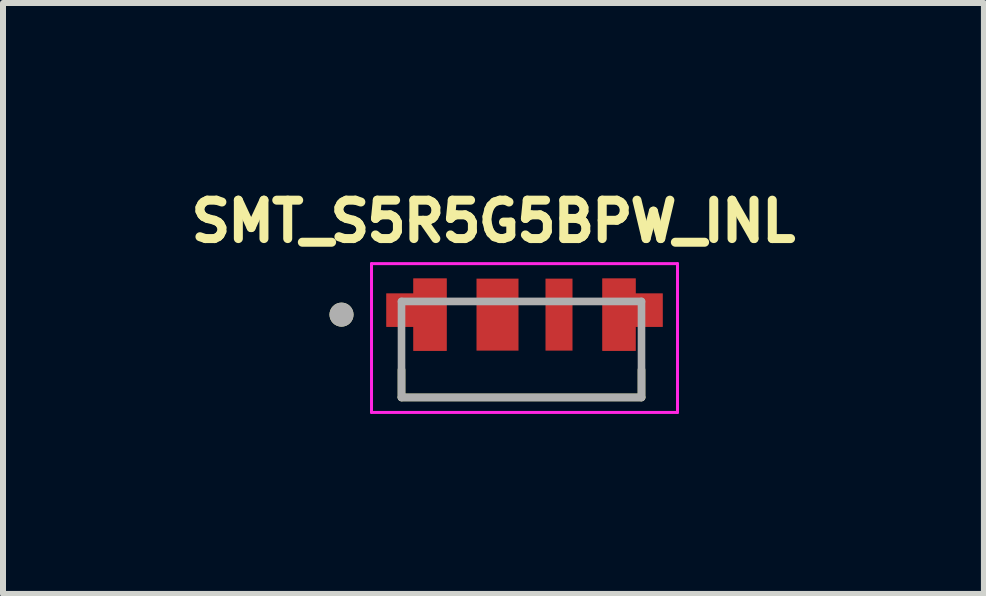
<source format=kicad_pcb>
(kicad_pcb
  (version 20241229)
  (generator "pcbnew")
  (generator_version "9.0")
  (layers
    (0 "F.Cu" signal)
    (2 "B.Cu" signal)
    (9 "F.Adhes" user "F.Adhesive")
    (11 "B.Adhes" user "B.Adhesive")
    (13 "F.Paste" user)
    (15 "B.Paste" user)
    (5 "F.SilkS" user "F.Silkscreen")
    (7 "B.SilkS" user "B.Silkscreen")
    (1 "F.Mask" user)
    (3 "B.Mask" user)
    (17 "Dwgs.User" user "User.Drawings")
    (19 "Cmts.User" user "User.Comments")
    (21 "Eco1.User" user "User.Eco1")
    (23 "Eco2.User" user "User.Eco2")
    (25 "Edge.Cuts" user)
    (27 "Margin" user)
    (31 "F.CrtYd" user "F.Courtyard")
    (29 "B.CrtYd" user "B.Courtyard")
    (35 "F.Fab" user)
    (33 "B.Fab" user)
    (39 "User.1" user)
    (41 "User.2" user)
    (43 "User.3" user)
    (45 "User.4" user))
  (footprint "SMT_S5R5G5BPW_INL"
    (layer "F.Cu")
    (at 5.642 2.774)
    (property "Reference" "SMT_S5R5G5BPW_INL" (at -0.468 -2.136 0) (layer "F.SilkS") (effects (font (size 0.64 0.64) (thickness 0.15))))
    (attr smd)
    (fp_poly (pts (xy -1.85 -1.23) (xy -1.2 -1.23) (xy -1.2 0.07) (xy -1.85 0.07) (xy -1.85 -0.33) (xy -2.3 -0.33) (xy -2.3 -0.98) (xy -1.85 -0.98)) (stroke (width 0.01) (type solid)) (fill yes) (layer "F.Mask"))
    (fp_poly (pts (xy 1.3 -1.23) (xy 1.3 0.07) (xy 1.95 0.07) (xy 1.95 -0.33) (xy 2.4 -0.33) (xy 2.4 -0.98) (xy 1.95 -0.98) (xy 1.95 -1.23)) (stroke (width 0.01) (type solid)) (fill yes) (layer "F.Mask"))
    (fp_line (start -2 0.8) (end -2 0.34) (stroke (width 0.127) (type solid)) (layer "F.SilkS"))
    (fp_line (start 2 0.8) (end -2 0.8) (stroke (width 0.127) (type solid)) (layer "F.SilkS"))
    (fp_line (start 2 0.8) (end 2 0.34) (stroke (width 0.127) (type solid)) (layer "F.SilkS"))
    (fp_circle (center -3 -0.58) (end -2.9 -0.58) (stroke (width 0.2) (type solid)) (fill no) (layer "F.SilkS"))
    (fp_poly (pts (xy -1.8 -1.18) (xy -1.25 -1.18) (xy -1.25 0.02) (xy -1.8 0.02) (xy -1.8 -0.38) (xy -2.25 -0.38) (xy -2.25 -0.93) (xy -1.8 -0.93)) (stroke (width 0.01) (type solid)) (fill yes) (layer "F.Paste"))
    (fp_poly (pts (xy 1.35 -1.18) (xy 1.35 0.02) (xy 1.9 0.02) (xy 1.9 -0.38) (xy 2.35 -0.38) (xy 2.35 -0.93) (xy 1.9 -0.93) (xy 1.9 -1.18)) (stroke (width 0.01) (type solid)) (fill yes) (layer "F.Paste"))
    (fp_line (start -2.5 -1.43) (end -2.5 1.05) (stroke (width 0.05) (type solid)) (layer "F.CrtYd"))
    (fp_line (start -2.5 1.05) (end 2.6 1.05) (stroke (width 0.05) (type solid)) (layer "F.CrtYd"))
    (fp_line (start 2.6 -1.43) (end -2.5 -1.43) (stroke (width 0.05) (type solid)) (layer "F.CrtYd"))
    (fp_line (start 2.6 1.05) (end 2.6 -1.43) (stroke (width 0.05) (type solid)) (layer "F.CrtYd"))
    (fp_line (start -2 -0.8) (end 2 -0.8) (stroke (width 0.127) (type solid)) (layer "F.Fab"))
    (fp_line (start -2 0.8) (end -2 -0.8) (stroke (width 0.127) (type solid)) (layer "F.Fab"))
    (fp_line (start 2 -0.8) (end 2 0.8) (stroke (width 0.127) (type solid)) (layer "F.Fab"))
    (fp_line (start 2 0.8) (end -2 0.8) (stroke (width 0.127) (type solid)) (layer "F.Fab"))
    (fp_circle (center -3 -0.58) (end -2.9 -0.58) (stroke (width 0.2) (type solid)) (fill no) (layer "F.Fab"))
    (pad "1" smd custom (at -1.525 -0.58) (size 0.05 0.05) (layers "F.Cu") (options (anchor rect)) (primitives (gr_poly (pts (xy -0.275 -0.6) (xy 0.275 -0.6) (xy 0.275 0.6) (xy -0.275 0.6) (xy -0.275 0.2) (xy -0.725 0.2) (xy -0.725 -0.35) (xy -0.275 -0.35)) (width 0.01) (fill yes))))
    (pad "2" smd rect (at -0.4 -0.58) (size 0.7 1.2) (layers "F.Cu" "F.Mask" "F.Paste"))
    (pad "3" smd rect (at 0.625 -0.58) (size 0.45 1.2) (layers "F.Cu" "F.Mask" "F.Paste"))
    (pad "4" smd custom (at 1.625 -0.58) (size 0.05 0.05) (layers "F.Cu") (options (anchor rect)) (primitives (gr_poly (pts (xy -0.275 -0.6) (xy -0.275 0.6) (xy 0.275 0.6) (xy 0.275 0.2) (xy 0.725 0.2) (xy 0.725 -0.35) (xy 0.275 -0.35) (xy 0.275 -0.6)) (width 0.01) (fill yes)))))
  (gr_rect
    (start -3 -3)
    (end 13.349 6.849)
    (stroke (width 0.1) (type default))
    (fill no)
    (layer "Edge.Cuts")))
</source>
